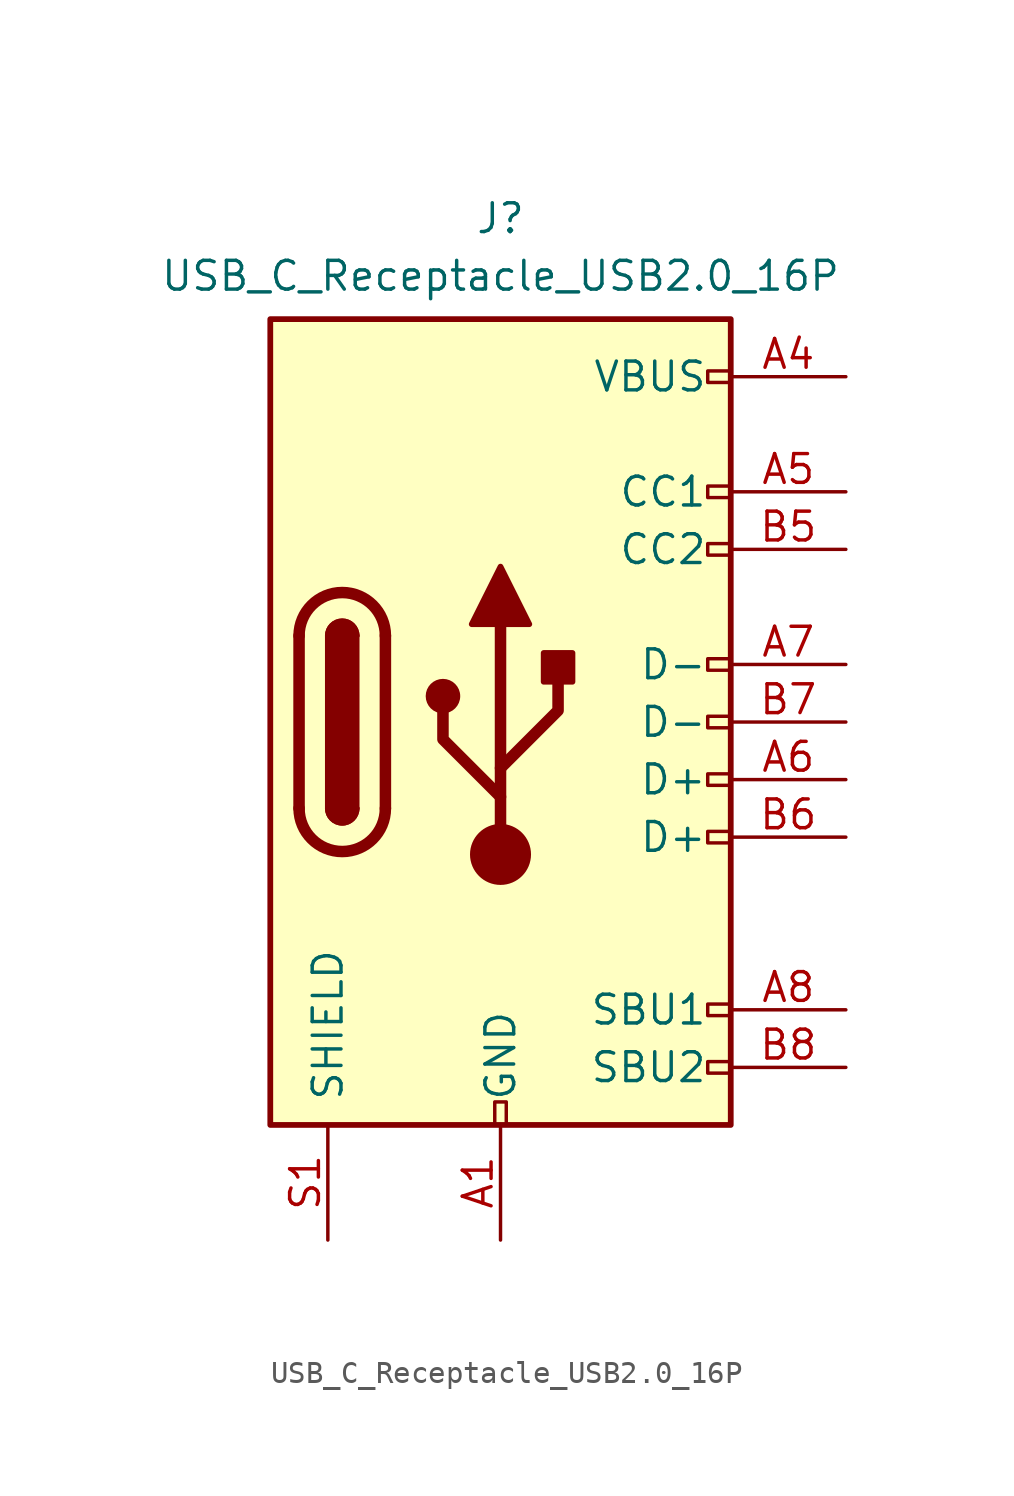
<source format=kicad_sym>
(kicad_symbol_lib
  (version 20241209)
  (generator "kicad_symbol_editor")
  (generator_version "9.0")
  (symbol "USB_C_Receptacle_USB2.0_16P"
    (pin_names
      (offset 1.016))
    (property "Reference" "J"
      (at 0 22.225 0)
      (effects (font (size 1.27 1.27))))
    (property "Value" "USB_C_Receptacle_USB2.0_16P"
      (at 0 19.685 0)
      (effects (font (size 1.27 1.27))))
    (symbol "USB_C_Receptacle_USB2.0_16P_0_0"
      (rectangle (start -0.254 -17.78) (end 0.254 -16.764) (stroke (width 0) (type default)) (fill (type none)))
      (rectangle (start 10.16 15.494) (end 9.144 14.986) (stroke (width 0) (type default)) (fill (type none)))
      (rectangle (start 10.16 10.414) (end 9.144 9.906) (stroke (width 0) (type default)) (fill (type none)))
      (rectangle (start 10.16 7.874) (end 9.144 7.366) (stroke (width 0) (type default)) (fill (type none)))
      (rectangle (start 10.16 2.794) (end 9.144 2.286) (stroke (width 0) (type default)) (fill (type none)))
      (rectangle (start 10.16 0.254) (end 9.144 -0.254) (stroke (width 0) (type default)) (fill (type none)))
      (rectangle (start 10.16 -2.286) (end 9.144 -2.794) (stroke (width 0) (type default)) (fill (type none)))
      (rectangle (start 10.16 -4.826) (end 9.144 -5.334) (stroke (width 0) (type default)) (fill (type none)))
      (rectangle (start 10.16 -12.446) (end 9.144 -12.954) (stroke (width 0) (type default)) (fill (type none)))
      (rectangle (start 10.16 -14.986) (end 9.144 -15.494) (stroke (width 0) (type default)) (fill (type none))))
    (symbol "USB_C_Receptacle_USB2.0_16P_0_1"
      (rectangle (start -10.16 17.78) (end 10.16 -17.78) (stroke (width 0.254) (type default)) (fill (type background)))
      (polyline (pts (xy -8.89 -3.81) (xy -8.89 3.81)) (stroke (width 0.508) (type default)) (fill (type none)))
      (rectangle (start -7.62 -3.81) (end -6.35 3.81) (stroke (width 0.254) (type default)) (fill (type outline)))
      (arc (start -7.62 3.81) (mid -6.985 4.4423) (end -6.35 3.81) (stroke (width 0.254) (type default)) (fill (type none)))
      (arc (start -7.62 3.81) (mid -6.985 4.4423) (end -6.35 3.81) (stroke (width 0.254) (type default)) (fill (type outline)))
      (arc (start -8.89 3.81) (mid -6.985 5.7067) (end -5.08 3.81) (stroke (width 0.508) (type default)) (fill (type none)))
      (arc (start -5.08 -3.81) (mid -6.985 -5.7067) (end -8.89 -3.81) (stroke (width 0.508) (type default)) (fill (type none)))
      (arc (start -6.35 -3.81) (mid -6.985 -4.4423) (end -7.62 -3.81) (stroke (width 0.254) (type default)) (fill (type none)))
      (arc (start -6.35 -3.81) (mid -6.985 -4.4423) (end -7.62 -3.81) (stroke (width 0.254) (type default)) (fill (type outline)))
      (polyline (pts (xy -5.08 3.81) (xy -5.08 -3.81)) (stroke (width 0.508) (type default)) (fill (type none)))
      (circle (center -2.54 1.143) (radius 0.635) (stroke (width 0.254) (type default)) (fill (type outline)))
      (polyline (pts (xy -1.27 4.318) (xy 0 6.858) (xy 1.27 4.318) (xy -1.27 4.318)) (stroke (width 0.254) (type default)) (fill (type outline)))
      (polyline (pts (xy 0 -2.032) (xy 2.54 0.508) (xy 2.54 1.778)) (stroke (width 0.508) (type default)) (fill (type none)))
      (polyline (pts (xy 0 -3.302) (xy -2.54 -0.762) (xy -2.54 0.508)) (stroke (width 0.508) (type default)) (fill (type none)))
      (polyline (pts (xy 0 -5.842) (xy 0 4.318)) (stroke (width 0.508) (type default)) (fill (type none)))
      (circle (center 0 -5.842) (radius 1.27) (stroke (width 0) (type default)) (fill (type outline)))
      (rectangle (start 1.905 1.778) (end 3.175 3.048) (stroke (width 0.254) (type default)) (fill (type outline))))
    (symbol "USB_C_Receptacle_USB2.0_16P_1_1"
      (pin passive line (at -7.62 -22.86 90) (length 5.08) (name "SHIELD" (effects (font (size 1.27 1.27)))) (number "S1" (effects (font (size 1.27 1.27)))))
      (pin power_out line (at 0 -22.86 90) (length 5.08) (name "GND" (effects (font (size 1.27 1.27)))) (number "A1" (effects (font (size 1.27 1.27)))))
      (pin power_out line (at 0 -22.86 90) (length 5.08) (hide yes) (name "GND" (effects (font (size 1.27 1.27)))) (number "A12" (effects (font (size 1.27 1.27)))))
      (pin power_out line (at 0 -22.86 90) (length 5.08) (hide yes) (name "GND" (effects (font (size 1.27 1.27)))) (number "B1" (effects (font (size 1.27 1.27)))))
      (pin power_out line (at 0 -22.86 90) (length 5.08) (hide yes) (name "GND" (effects (font (size 1.27 1.27)))) (number "B12" (effects (font (size 1.27 1.27)))))
      (pin power_out line (at 15.24 15.24 180) (length 5.08) (name "VBUS" (effects (font (size 1.27 1.27)))) (number "A4" (effects (font (size 1.27 1.27)))))
      (pin power_out line (at 15.24 15.24 180) (length 5.08) (hide yes) (name "VBUS" (effects (font (size 1.27 1.27)))) (number "A9" (effects (font (size 1.27 1.27)))))
      (pin power_out line (at 15.24 15.24 180) (length 5.08) (hide yes) (name "VBUS" (effects (font (size 1.27 1.27)))) (number "B4" (effects (font (size 1.27 1.27)))))
      (pin power_out line (at 15.24 15.24 180) (length 5.08) (hide yes) (name "VBUS" (effects (font (size 1.27 1.27)))) (number "B9" (effects (font (size 1.27 1.27)))))
      (pin bidirectional line (at 15.24 10.16 180) (length 5.08) (name "CC1" (effects (font (size 1.27 1.27)))) (number "A5" (effects (font (size 1.27 1.27)))))
      (pin bidirectional line (at 15.24 7.62 180) (length 5.08) (name "CC2" (effects (font (size 1.27 1.27)))) (number "B5" (effects (font (size 1.27 1.27)))))
      (pin bidirectional line (at 15.24 2.54 180) (length 5.08) (name "D-" (effects (font (size 1.27 1.27)))) (number "A7" (effects (font (size 1.27 1.27)))))
      (pin bidirectional line (at 15.24 0 180) (length 5.08) (name "D-" (effects (font (size 1.27 1.27)))) (number "B7" (effects (font (size 1.27 1.27)))))
      (pin bidirectional line (at 15.24 -2.54 180) (length 5.08) (name "D+" (effects (font (size 1.27 1.27)))) (number "A6" (effects (font (size 1.27 1.27)))))
      (pin bidirectional line (at 15.24 -5.08 180) (length 5.08) (name "D+" (effects (font (size 1.27 1.27)))) (number "B6" (effects (font (size 1.27 1.27)))))
      (pin bidirectional line (at 15.24 -12.7 180) (length 5.08) (name "SBU1" (effects (font (size 1.27 1.27)))) (number "A8" (effects (font (size 1.27 1.27)))))
      (pin bidirectional line (at 15.24 -15.24 180) (length 5.08) (name "SBU2" (effects (font (size 1.27 1.27)))) (number "B8" (effects (font (size 1.27 1.27))))))))
</source>
